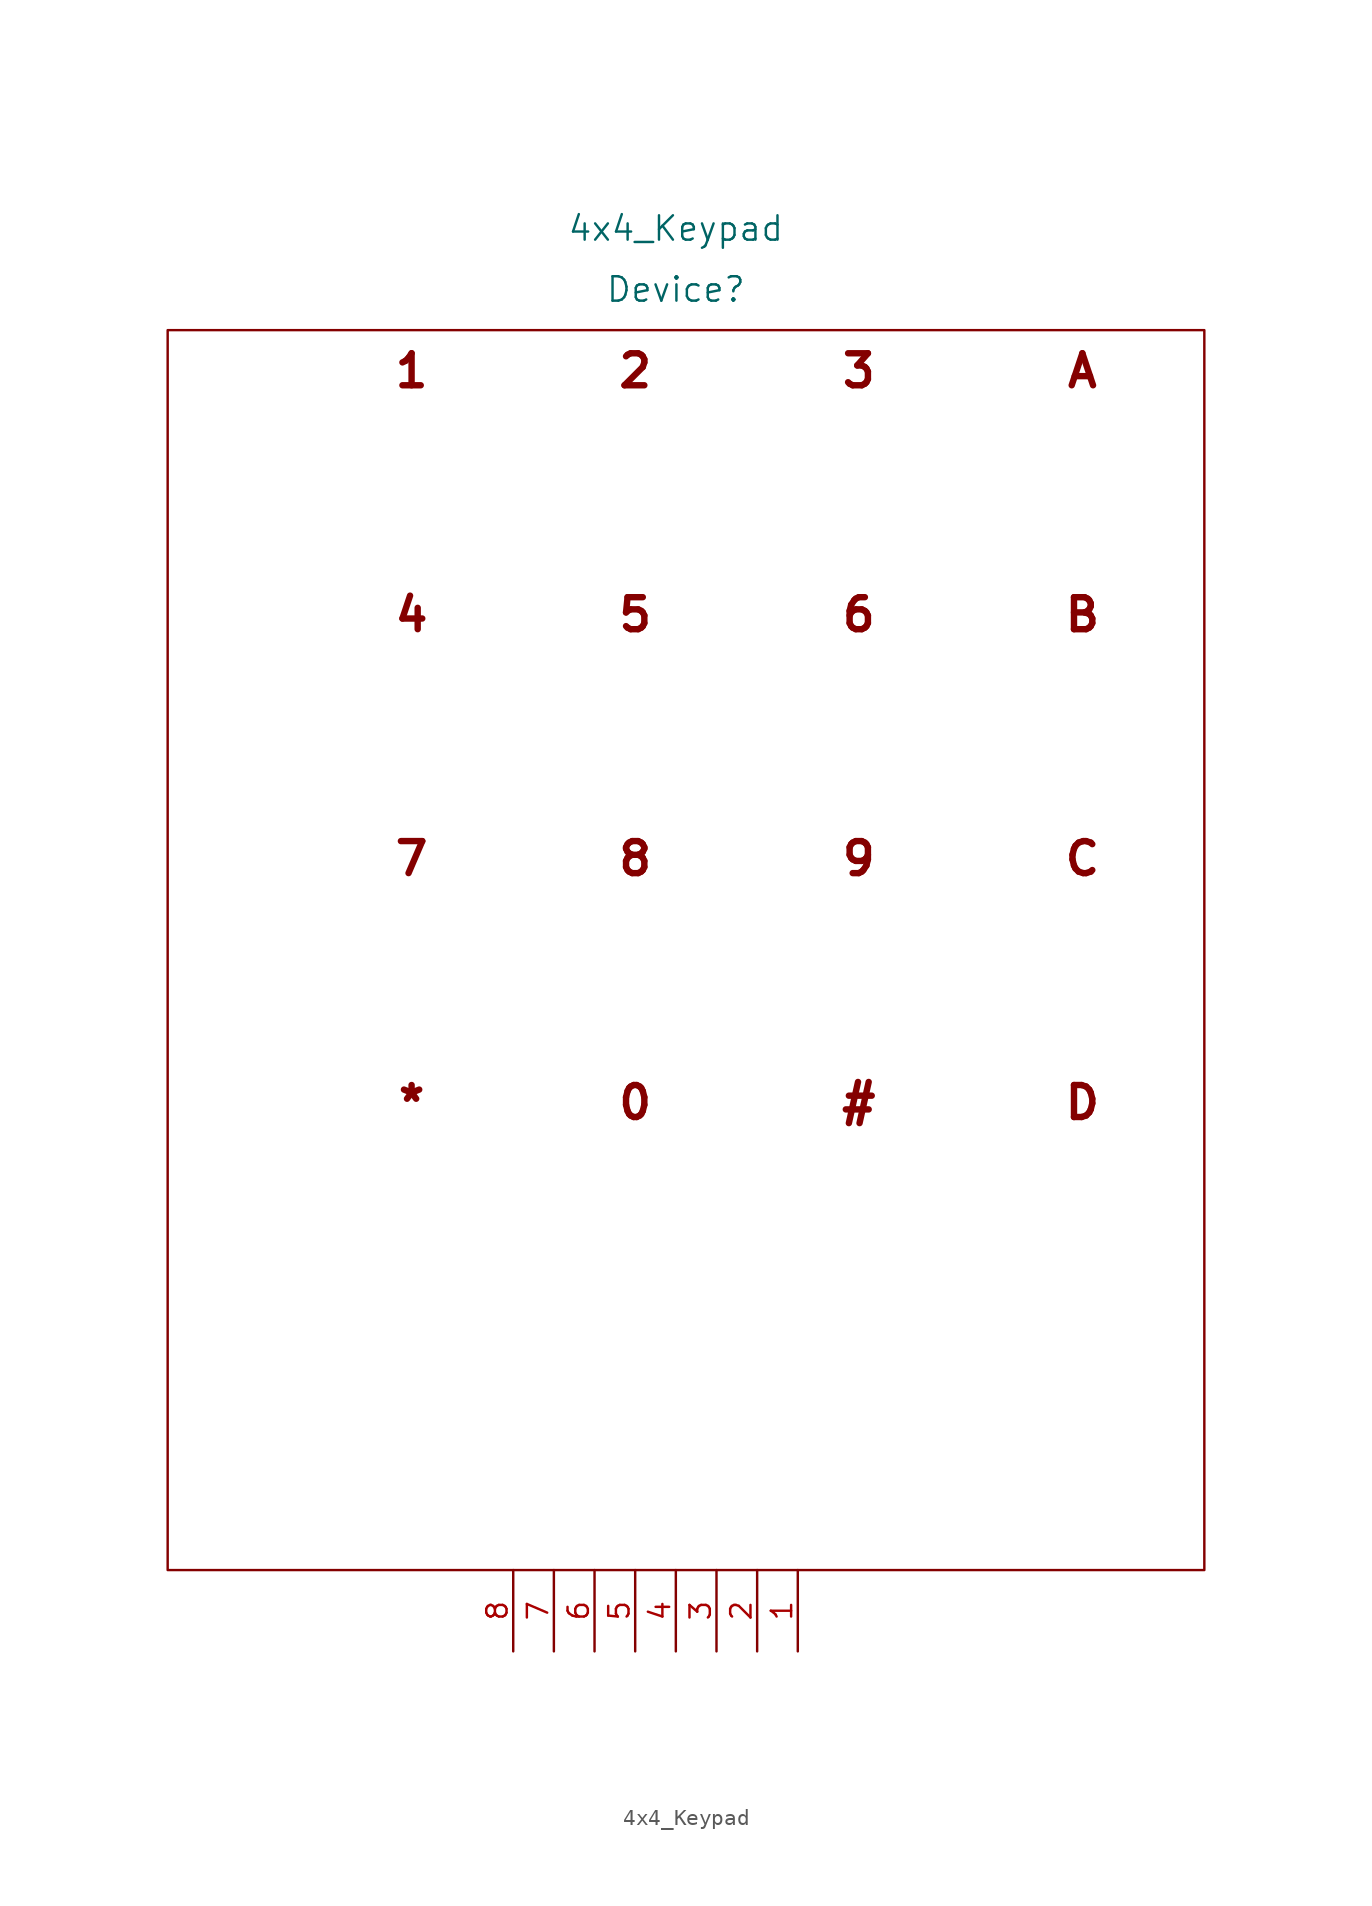
<source format=kicad_sym>
(kicad_symbol_lib
  (version 20211014)
  (generator kicad_symbol_editor)
  (symbol "4x4_Keypad"
    (pin_names
      (offset 1.016))
    (property "Reference" "Device"
      (at 0 40.64 0)
      (effects (font (size 1.524 1.524))))
    (property "Value" "4x4_Keypad"
      (at 0 44.45 0)
      (effects (font (size 1.524 1.524))))
    (property "Footprint" ""
      (at 0 43.18 0)
      (effects (font (size 1.524 1.524))))
    (property "Datasheet" ""
      (at 0 43.18 0)
      (effects (font (size 1.524 1.524))))
    (symbol "4x4_Keypad_0_0"
      (text "#" (at 11.43 -10.16 0) (effects (font (size 2 2) bold)))
      (text "*" (at -16.51 -10.16 0) (effects (font (size 2 2) bold)))
      (text "0" (at -2.54 -10.16 0) (effects (font (size 2 2) bold)))
      (text "1" (at -16.51 35.56 0) (effects (font (size 2 2) bold)))
      (text "2" (at -2.54 35.56 0) (effects (font (size 2 2) bold)))
      (text "3" (at 11.43 35.56 0) (effects (font (size 2 2) bold)))
      (text "4" (at -16.51 20.32 0) (effects (font (size 2 2) bold)))
      (text "5" (at -2.54 20.32 0) (effects (font (size 2 2) bold)))
      (text "6" (at 11.43 20.32 0) (effects (font (size 2 2) bold)))
      (text "7" (at -16.51 5.08 0) (effects (font (size 2 2) bold)))
      (text "8" (at -2.54 5.08 0) (effects (font (size 2 2) bold)))
      (text "9" (at 11.43 5.08 0) (effects (font (size 2 2) bold)))
      (text "A" (at 25.4 35.56 0) (effects (font (size 2 2) bold)))
      (text "B" (at 25.4 20.32 0) (effects (font (size 2 2) bold)))
      (text "C" (at 25.4 5.08 0) (effects (font (size 2 2) bold)))
      (text "D" (at 25.4 -10.16 0) (effects (font (size 2 2) bold))))
    (symbol "4x4_Keypad_0_1"
      (rectangle (start -31.75 38.1) (end 33.02 -39.37) (stroke (width 0) (type default) (color 0 0 0 0)) (fill (type none))))
    (symbol "4x4_Keypad_1_1"
      (pin input line (at 7.62 -44.45 90) (length 5.08) (name "" (effects (font (size 1.27 1.27)))) (number "1" (effects (font (size 1.27 1.27)))))
      (pin input line (at 5.08 -44.45 90) (length 5.08) (name "" (effects (font (size 1.27 1.27)))) (number "2" (effects (font (size 1.27 1.27)))))
      (pin input line (at 2.54 -44.45 90) (length 5.08) (name "" (effects (font (size 1.27 1.27)))) (number "3" (effects (font (size 1.27 1.27)))))
      (pin input line (at 0 -44.45 90) (length 5.08) (name "" (effects (font (size 1.27 1.27)))) (number "4" (effects (font (size 1.27 1.27)))))
      (pin input line (at -2.54 -44.45 90) (length 5.08) (name "" (effects (font (size 1.27 1.27)))) (number "5" (effects (font (size 1.27 1.27)))))
      (pin input line (at -5.08 -44.45 90) (length 5.08) (name "" (effects (font (size 1.27 1.27)))) (number "6" (effects (font (size 1.27 1.27)))))
      (pin input line (at -7.62 -44.45 90) (length 5.08) (name "" (effects (font (size 1.27 1.27)))) (number "7" (effects (font (size 1.27 1.27)))))
      (pin input line (at -10.16 -44.45 90) (length 5.08) (name "" (effects (font (size 1.27 1.27)))) (number "8" (effects (font (size 1.27 1.27))))))))
</source>
